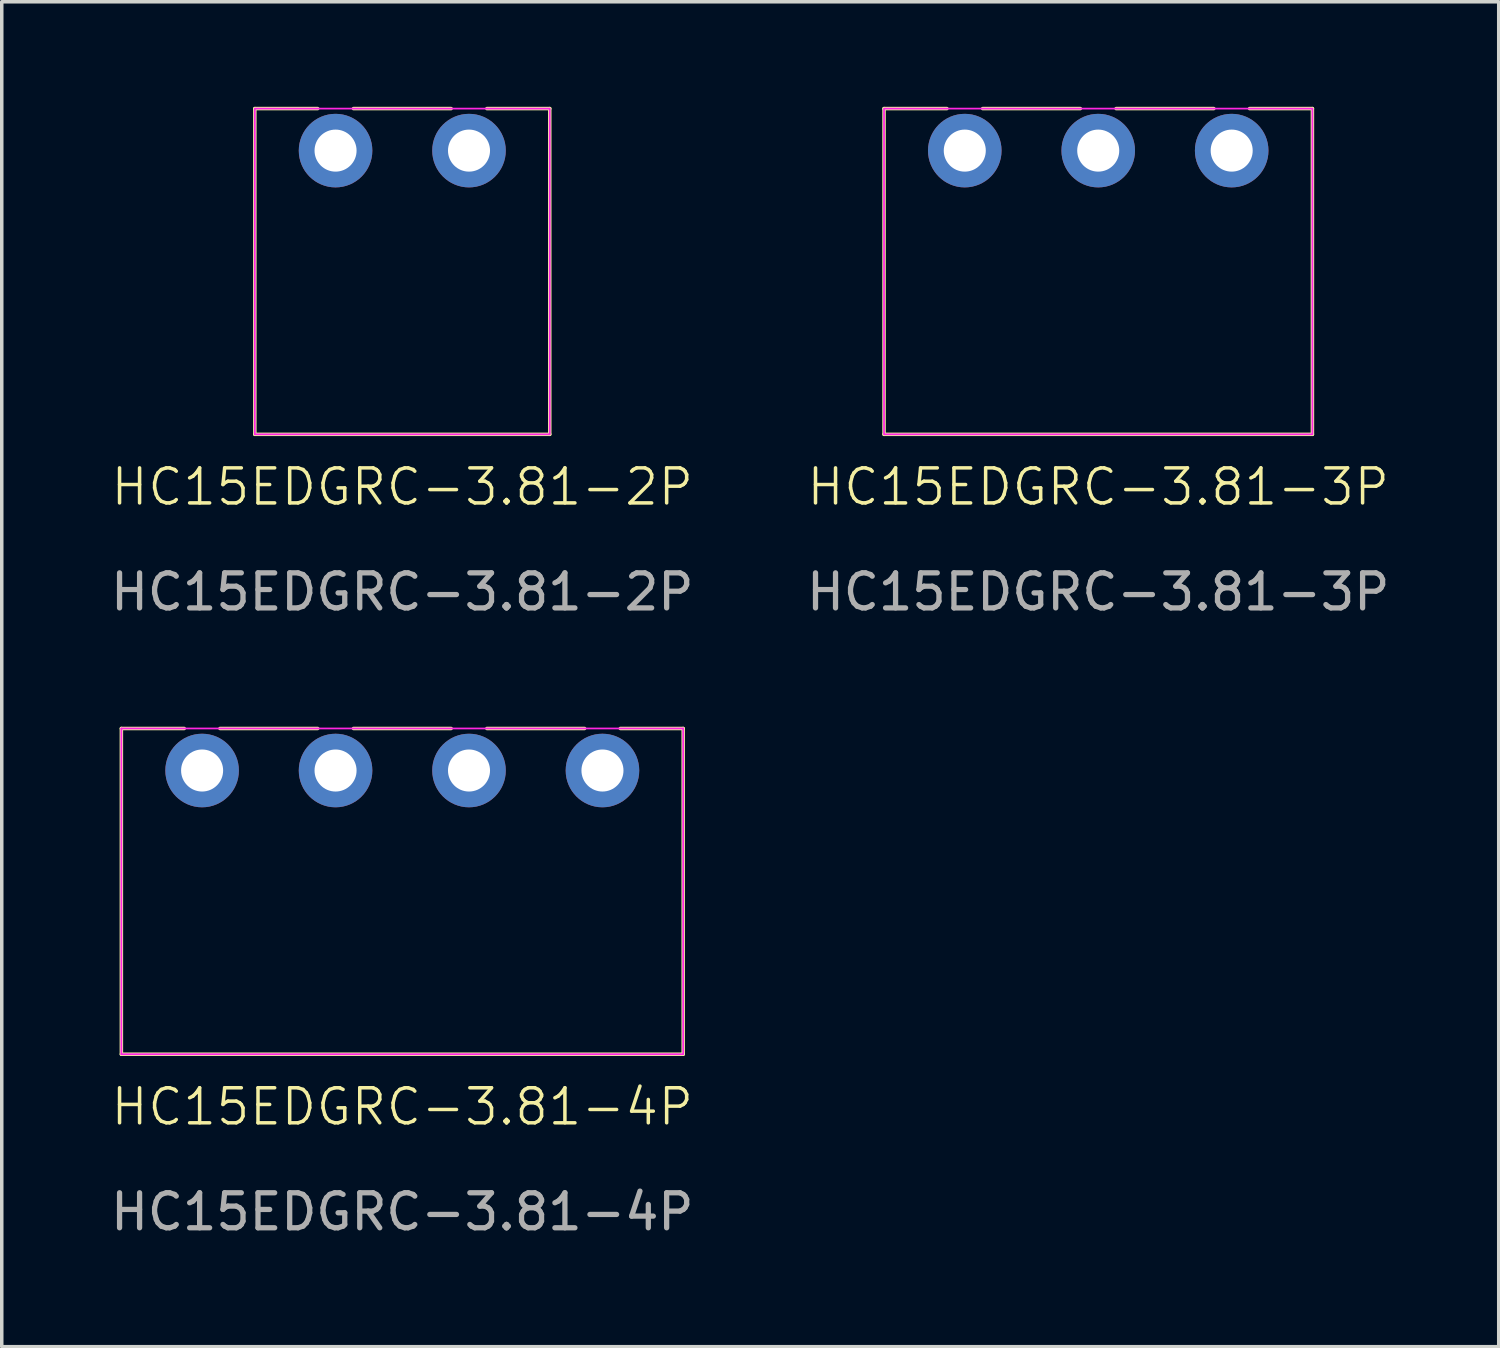
<source format=kicad_pcb>
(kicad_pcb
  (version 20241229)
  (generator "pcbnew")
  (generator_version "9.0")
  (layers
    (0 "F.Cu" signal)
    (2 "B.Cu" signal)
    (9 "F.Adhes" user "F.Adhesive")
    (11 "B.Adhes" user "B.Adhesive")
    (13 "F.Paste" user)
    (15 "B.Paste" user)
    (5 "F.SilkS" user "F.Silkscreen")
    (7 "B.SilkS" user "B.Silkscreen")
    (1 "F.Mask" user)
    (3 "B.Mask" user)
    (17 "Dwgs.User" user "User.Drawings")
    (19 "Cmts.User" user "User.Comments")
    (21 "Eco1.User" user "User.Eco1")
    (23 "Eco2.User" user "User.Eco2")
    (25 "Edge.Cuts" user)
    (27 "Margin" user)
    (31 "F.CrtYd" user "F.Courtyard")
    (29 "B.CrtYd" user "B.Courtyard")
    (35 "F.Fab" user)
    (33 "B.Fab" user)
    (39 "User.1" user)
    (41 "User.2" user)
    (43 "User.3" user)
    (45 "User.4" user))
  (footprint "HC15EDGRC-3.81-3P"
    (layer "F.Cu")
    (at 28.304 9.35)
    (property "Reference" "HC15EDGRC-3.81-3P" (at 0 1.5 0) (unlocked yes) (layer "F.SilkS") (effects (font (size 1 1) (thickness 0.1))))
    (attr smd)
    (fp_line (start -6.115 -9.3) (end -4.32 -9.3) (stroke (width 0.1) (type default)) (layer "F.SilkS"))
    (fp_line (start -6.115 0) (end -6.115 -9.3) (stroke (width 0.1) (type default)) (layer "F.SilkS"))
    (fp_line (start -3.3 -9.3) (end -0.51 -9.3) (stroke (width 0.1) (type default)) (layer "F.SilkS"))
    (fp_line (start 0.51 -9.3) (end 3.3 -9.3) (stroke (width 0.1) (type default)) (layer "F.SilkS"))
    (fp_line (start 4.32 -9.3) (end 6.115 -9.3) (stroke (width 0.1) (type default)) (layer "F.SilkS"))
    (fp_line (start 6.115 -9.3) (end 6.115 0) (stroke (width 0.1) (type default)) (layer "F.SilkS"))
    (fp_line (start 6.115 0) (end -6.115 0) (stroke (width 0.1) (type default)) (layer "F.SilkS"))
    (fp_rect (start -6.115 -9.3) (end 6.115 0) (stroke (width 0.05) (type solid)) (fill no) (layer "F.CrtYd"))
    (fp_text user "${REFERENCE}" (at 0 4.5 0) (unlocked yes) (layer "F.Fab") (effects (font (size 1 1) (thickness 0.15))))
    (pad "1" thru_hole circle (at -3.81 -8.1) (size 2.1 2.1) (drill 1.2) (layers "*.Cu" "*.Mask"))
    (pad "2" thru_hole circle (at 0 -8.1) (size 2.1 2.1) (drill 1.2) (layers "*.Cu" "*.Mask"))
    (pad "3" thru_hole circle (at 3.81 -8.1) (size 2.1 2.1) (drill 1.2) (layers "*.Cu" "*.Mask")))
  (footprint "HC15EDGRC-3.81-2P"
    (layer "F.Cu")
    (at 8.435 9.35)
    (property "Reference" "HC15EDGRC-3.81-2P" (at 0 1.5 0) (unlocked yes) (layer "F.SilkS") (effects (font (size 1 1) (thickness 0.1))))
    (attr smd)
    (fp_line (start -4.21 -9.3) (end -2.415 -9.3) (stroke (width 0.1) (type default)) (layer "F.SilkS"))
    (fp_line (start -4.21 0) (end -4.21 -9.3) (stroke (width 0.1) (type default)) (layer "F.SilkS"))
    (fp_line (start -1.395 -9.3) (end 1.395 -9.3) (stroke (width 0.1) (type default)) (layer "F.SilkS"))
    (fp_line (start 2.415 -9.3) (end 4.21 -9.3) (stroke (width 0.1) (type default)) (layer "F.SilkS"))
    (fp_line (start 4.21 -9.3) (end 4.21 0) (stroke (width 0.1) (type default)) (layer "F.SilkS"))
    (fp_line (start 4.21 0) (end -4.21 0) (stroke (width 0.1) (type default)) (layer "F.SilkS"))
    (fp_rect (start -4.21 -9.3) (end 4.21 0) (stroke (width 0.05) (type solid)) (fill no) (layer "F.CrtYd"))
    (fp_text user "${REFERENCE}" (at 0 4.5 0) (unlocked yes) (layer "F.Fab") (effects (font (size 1 1) (thickness 0.15))))
    (pad "1" thru_hole circle (at -1.905 -8.1) (size 2.1 2.1) (drill 1.2) (layers "*.Cu" "*.Mask"))
    (pad "2" thru_hole circle (at 1.905 -8.1) (size 2.1 2.1) (drill 1.2) (layers "*.Cu" "*.Mask")))
  (footprint "HC15EDGRC-3.81-4P"
    (layer "F.Cu")
    (at 8.435 27.048)
    (property "Reference" "HC15EDGRC-3.81-4P" (at 0 1.5 0) (unlocked yes) (layer "F.SilkS") (effects (font (size 1 1) (thickness 0.1))))
    (attr smd)
    (fp_line (start -8.02 -9.3) (end -6.225 -9.3) (stroke (width 0.1) (type default)) (layer "F.SilkS"))
    (fp_line (start -8.02 0) (end -8.02 -9.3) (stroke (width 0.1) (type default)) (layer "F.SilkS"))
    (fp_line (start -5.205 -9.3) (end -2.415 -9.3) (stroke (width 0.1) (type default)) (layer "F.SilkS"))
    (fp_line (start -1.395 -9.3) (end 1.395 -9.3) (stroke (width 0.1) (type default)) (layer "F.SilkS"))
    (fp_line (start 2.415 -9.3) (end 5.205 -9.3) (stroke (width 0.1) (type default)) (layer "F.SilkS"))
    (fp_line (start 6.225 -9.3) (end 8.02 -9.3) (stroke (width 0.1) (type default)) (layer "F.SilkS"))
    (fp_line (start 8.02 -9.3) (end 8.02 0) (stroke (width 0.1) (type default)) (layer "F.SilkS"))
    (fp_line (start 8.02 0) (end -8.02 0) (stroke (width 0.1) (type default)) (layer "F.SilkS"))
    (fp_line (start -8.02 -9.3) (end 8.02 -9.3) (stroke (width 0.05) (type default)) (layer "F.CrtYd"))
    (fp_line (start -8.02 0) (end -8.02 -9.3) (stroke (width 0.05) (type default)) (layer "F.CrtYd"))
    (fp_line (start 8.02 -9.3) (end 8.02 0) (stroke (width 0.05) (type default)) (layer "F.CrtYd"))
    (fp_line (start 8.02 0) (end -8.02 0) (stroke (width 0.05) (type default)) (layer "F.CrtYd"))
    (fp_text user "${REFERENCE}" (at 0 4.5 0) (unlocked yes) (layer "F.Fab") (effects (font (size 1 1) (thickness 0.15))))
    (pad "1" thru_hole circle (at -5.715 -8.1) (size 2.1 2.1) (drill 1.2) (layers "*.Cu" "*.Mask"))
    (pad "2" thru_hole circle (at -1.905 -8.1) (size 2.1 2.1) (drill 1.2) (layers "*.Cu" "*.Mask"))
    (pad "3" thru_hole circle (at 1.905 -8.1) (size 2.1 2.1) (drill 1.2) (layers "*.Cu" "*.Mask"))
    (pad "4" thru_hole circle (at 5.715 -8.1) (size 2.1 2.1) (drill 1.2) (layers "*.Cu" "*.Mask")))
  (gr_rect
    (start -3 -3)
    (end 39.738 35.397)
    (stroke (width 0.1) (type default))
    (fill no)
    (layer "Edge.Cuts")))
</source>
